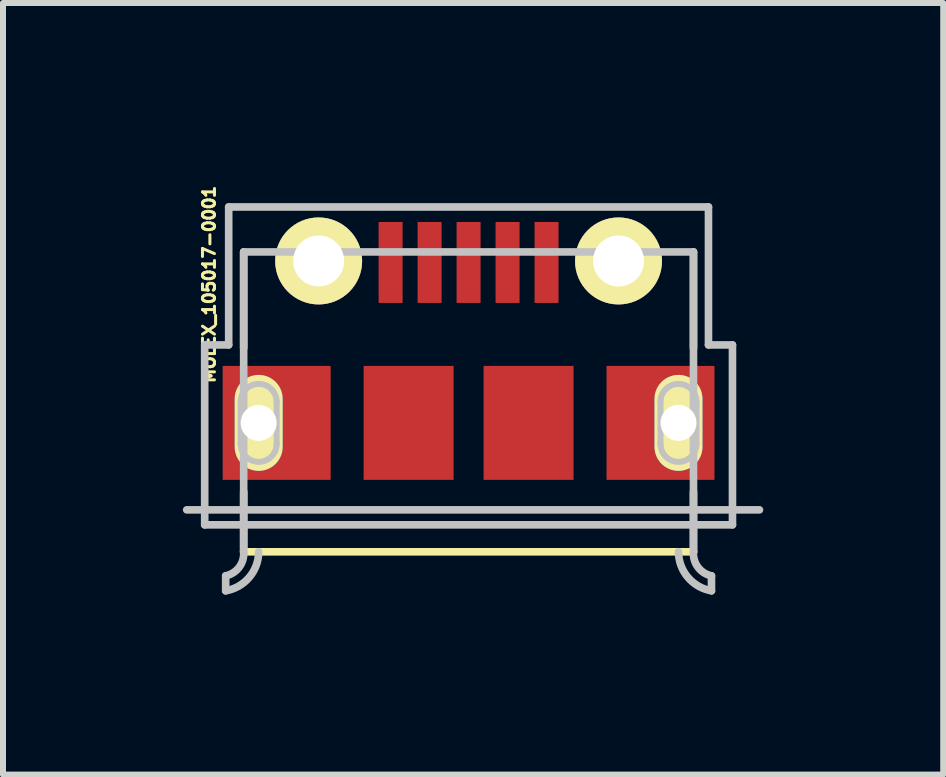
<source format=kicad_pcb>
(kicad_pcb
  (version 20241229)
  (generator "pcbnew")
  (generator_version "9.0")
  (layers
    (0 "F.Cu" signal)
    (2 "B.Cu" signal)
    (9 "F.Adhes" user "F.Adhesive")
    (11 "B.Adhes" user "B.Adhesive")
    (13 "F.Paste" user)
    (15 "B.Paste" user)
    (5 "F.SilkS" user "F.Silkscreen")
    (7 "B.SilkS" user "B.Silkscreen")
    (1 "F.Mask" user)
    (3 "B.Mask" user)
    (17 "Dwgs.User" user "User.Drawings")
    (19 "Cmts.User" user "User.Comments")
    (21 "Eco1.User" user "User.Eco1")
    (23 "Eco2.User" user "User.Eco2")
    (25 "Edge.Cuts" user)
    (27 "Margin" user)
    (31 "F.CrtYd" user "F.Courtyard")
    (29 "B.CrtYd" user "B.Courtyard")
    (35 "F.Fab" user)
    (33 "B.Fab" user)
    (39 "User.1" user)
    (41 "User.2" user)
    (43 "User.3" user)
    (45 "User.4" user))
  (footprint "MOLEX_105017-0001"
    (layer "F.Cu")
    (at 4.763 4.001)
    (property "Reference" "MOLEX_105017-0001" (at -4.327 -2.308 90) (layer "F.SilkS") (effects (font (size 0.2 0.2) (thickness 0.05))))
    (attr smd)
    (fp_line (start -3.75 -2.85) (end -3.75 -1.25) (stroke (width 0.127) (type solid)) (layer "F.SilkS"))
    (fp_line (start -3.75 1.15) (end -3.75 2.15) (stroke (width 0.127) (type solid)) (layer "F.SilkS"))
    (fp_line (start -3.75 2.15) (end 3.75 2.15) (stroke (width 0.127) (type solid)) (layer "F.SilkS"))
    (fp_line (start 3.75 -2.85) (end 3.75 -1.25) (stroke (width 0.127) (type solid)) (layer "F.SilkS"))
    (fp_line (start 3.75 1.15) (end 3.75 2.15) (stroke (width 0.127) (type solid)) (layer "F.SilkS"))
    (fp_line (start -4.7 1.45) (end 4.85 1.45) (stroke (width 0.127) (type solid)) (layer "Dwgs.User"))
    (fp_line (start -4.4 -1.3) (end -4.4 1.7) (stroke (width 0.127) (type solid)) (layer "Dwgs.User"))
    (fp_line (start -4.4 1.7) (end 4.4 1.7) (stroke (width 0.127) (type solid)) (layer "Dwgs.User"))
    (fp_line (start -4.05 2.55) (end -4.05 2.8) (stroke (width 0.127) (type solid)) (layer "Dwgs.User"))
    (fp_line (start -4 -3.6) (end -4 -1.3) (stroke (width 0.127) (type solid)) (layer "Dwgs.User"))
    (fp_line (start -4 -1.3) (end -4.4 -1.3) (stroke (width 0.127) (type solid)) (layer "Dwgs.User"))
    (fp_line (start -3.8 0.35) (end -3.8 -0.35) (stroke (width 0.1) (type solid)) (layer "Dwgs.User"))
    (fp_line (start -3.75 -2.85) (end -3.75 2.15) (stroke (width 0.127) (type solid)) (layer "Dwgs.User"))
    (fp_line (start -3.2 -0.35) (end -3.2 0.35) (stroke (width 0.1) (type solid)) (layer "Dwgs.User"))
    (fp_line (start 3.2 0.35) (end 3.2 -0.35) (stroke (width 0.1) (type solid)) (layer "Dwgs.User"))
    (fp_line (start 3.75 -2.85) (end -3.75 -2.85) (stroke (width 0.127) (type solid)) (layer "Dwgs.User"))
    (fp_line (start 3.75 2.15) (end 3.75 -2.85) (stroke (width 0.127) (type solid)) (layer "Dwgs.User"))
    (fp_line (start 3.8 -0.35) (end 3.8 0.35) (stroke (width 0.1) (type solid)) (layer "Dwgs.User"))
    (fp_line (start 4 -3.6) (end -4 -3.6) (stroke (width 0.127) (type solid)) (layer "Dwgs.User"))
    (fp_line (start 4 -1.3) (end 4 -3.6) (stroke (width 0.127) (type solid)) (layer "Dwgs.User"))
    (fp_line (start 4.05 2.55) (end 4.05 2.8) (stroke (width 0.127) (type solid)) (layer "Dwgs.User"))
    (fp_line (start 4.4 -1.3) (end 4 -1.3) (stroke (width 0.127) (type solid)) (layer "Dwgs.User"))
    (fp_line (start 4.4 1.7) (end 4.4 -1.3) (stroke (width 0.127) (type solid)) (layer "Dwgs.User"))
    (fp_arc (start -3.8 -0.35) (mid -3.5 -0.65) (end -3.2 -0.35) (stroke (width 0.1) (type solid)) (layer "Dwgs.User"))
    (fp_arc (start -3.749998 2.150027) (mid -3.824729 2.40647) (end -4.05 2.55) (stroke (width 0.127) (type solid)) (layer "Dwgs.User"))
    (fp_arc (start -3.5 2.15) (mid -3.656708 2.575092) (end -4.049998 2.800002) (stroke (width 0.127) (type solid)) (layer "Dwgs.User"))
    (fp_arc (start -3.2 0.35) (mid -3.5 0.65) (end -3.8 0.35) (stroke (width 0.1) (type solid)) (layer "Dwgs.User"))
    (fp_arc (start 3.2 -0.35) (mid 3.5 -0.65) (end 3.8 -0.35) (stroke (width 0.1) (type solid)) (layer "Dwgs.User"))
    (fp_arc (start 3.8 0.35) (mid 3.5 0.65) (end 3.2 0.35) (stroke (width 0.1) (type solid)) (layer "Dwgs.User"))
    (fp_arc (start 4.049998 2.800002) (mid 3.656708 2.575092) (end 3.5 2.15) (stroke (width 0.127) (type solid)) (layer "Dwgs.User"))
    (fp_arc (start 4.05 2.55) (mid 3.824729 2.40647) (end 3.749998 2.150027) (stroke (width 0.127) (type solid)) (layer "Dwgs.User"))
    (pad "1" smd rect (at -1.3 -2.675) (size 0.4 1.35) (layers "F.Cu" "F.Mask" "F.Paste"))
    (pad "2" smd rect (at -0.65 -2.675) (size 0.4 1.35) (layers "F.Cu" "F.Mask" "F.Paste"))
    (pad "3" smd rect (at 0 -2.675) (size 0.4 1.35) (layers "F.Cu" "F.Mask" "F.Paste"))
    (pad "4" smd rect (at 0.65 -2.675) (size 0.4 1.35) (layers "F.Cu" "F.Mask" "F.Paste"))
    (pad "5" smd rect (at 1.3 -2.675) (size 0.4 1.35) (layers "F.Cu" "F.Mask" "F.Paste"))
    (pad "P$1" thru_hole circle (at -2.5 -2.7) (size 1.45 1.45) (drill 0.85) (layers "*.Cu" "*.Mask" "F.SilkS"))
    (pad "P$2" thru_hole circle (at 2.5 -2.7) (size 1.45 1.45) (drill 0.85) (layers "*.Cu" "*.Mask" "F.SilkS"))
    (pad "P$8" smd rect (at -1 0) (size 1.5 1.9) (layers "F.Cu" "F.Mask" "F.Paste"))
    (pad "P$9" smd rect (at 1 0) (size 1.5 1.9) (layers "F.Cu" "F.Mask" "F.Paste"))
    (pad "P$10" smd rect (at -3.2 0) (size 1.8 1.9) (layers "F.Cu" "F.Mask" "F.Paste"))
    (pad "P$11" smd rect (at 3.2 0) (size 1.8 1.9) (layers "F.Cu" "F.Mask" "F.Paste"))
    (pad "P$12" thru_hole oval (at -3.5 0 90) (size 1.6 0.8) (drill 0.6) (layers "*.Cu" "*.Mask" "F.SilkS"))
    (pad "P$13" thru_hole oval (at 3.5 0 90) (size 1.6 0.8) (drill 0.6) (layers "*.Cu" "*.Mask" "F.SilkS")))
  (gr_rect
    (start -3 -3)
    (end 12.677 9.865)
    (stroke (width 0.1) (type default))
    (fill no)
    (layer "Edge.Cuts")))
</source>
